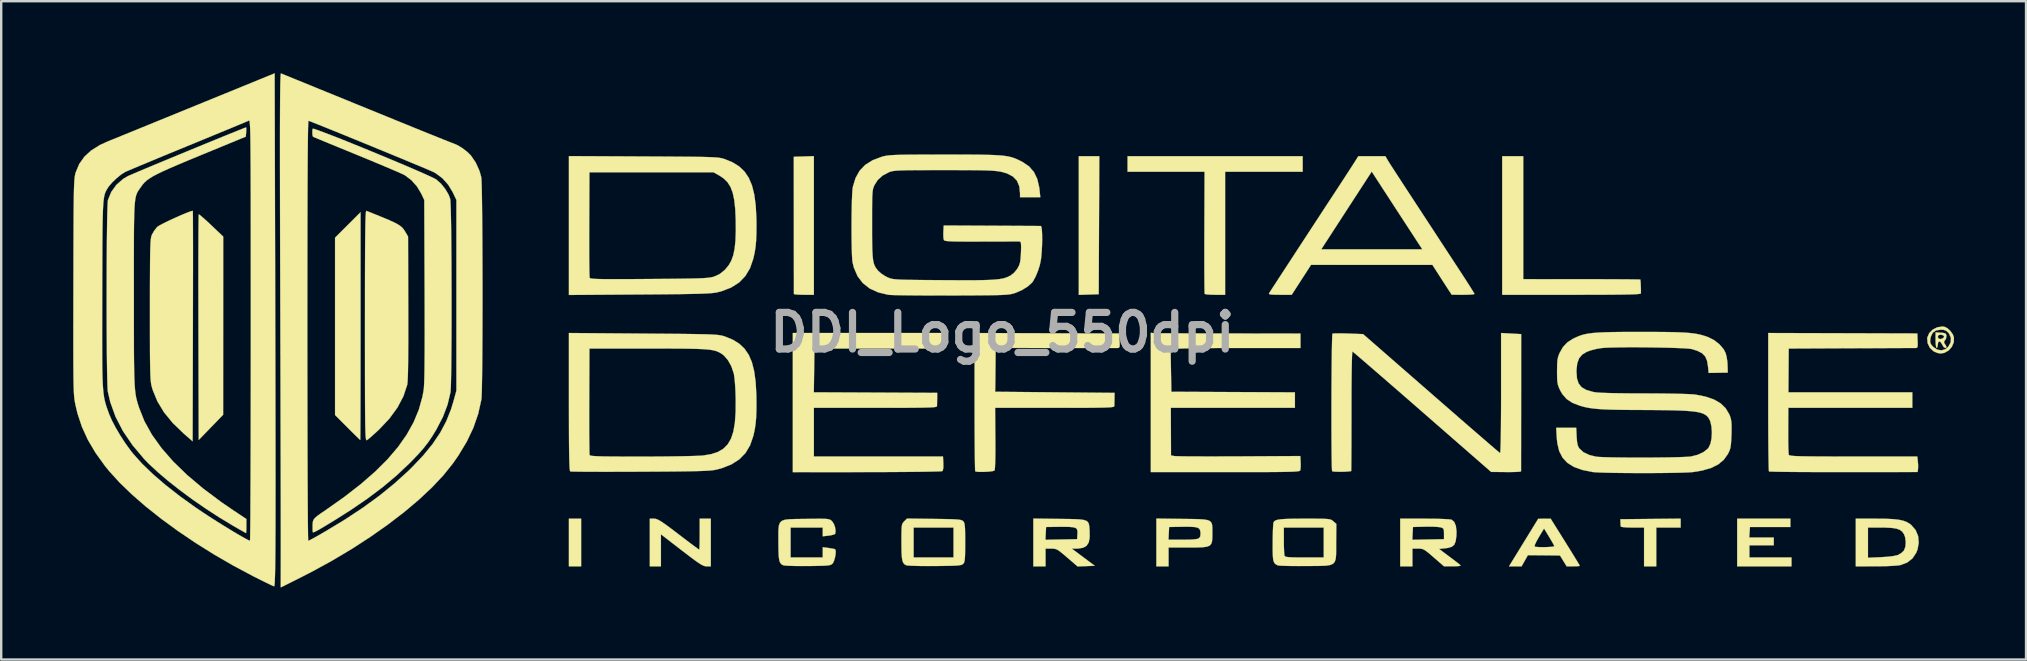
<source format=kicad_pcb>
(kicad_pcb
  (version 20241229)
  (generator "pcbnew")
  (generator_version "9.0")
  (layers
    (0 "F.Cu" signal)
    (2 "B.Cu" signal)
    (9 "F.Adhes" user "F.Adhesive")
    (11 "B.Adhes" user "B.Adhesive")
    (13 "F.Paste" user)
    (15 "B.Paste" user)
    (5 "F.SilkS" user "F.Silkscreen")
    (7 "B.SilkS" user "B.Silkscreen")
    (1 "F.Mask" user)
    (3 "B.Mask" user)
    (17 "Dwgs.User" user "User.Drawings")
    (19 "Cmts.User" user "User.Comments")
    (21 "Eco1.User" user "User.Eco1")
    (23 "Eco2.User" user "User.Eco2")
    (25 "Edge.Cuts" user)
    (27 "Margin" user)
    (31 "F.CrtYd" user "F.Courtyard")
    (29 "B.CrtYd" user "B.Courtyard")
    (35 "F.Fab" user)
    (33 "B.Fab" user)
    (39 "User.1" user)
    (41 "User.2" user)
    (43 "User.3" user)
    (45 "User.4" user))
  (footprint "DDI_Logo_550dpi"
    (layer "F.Cu")
    (at 38.711 10.802)
    (property "Reference" "DDI_Logo_550dpi" (at 0 0 0) (layer "F.Fab") (effects (font (size 1.524 1.524) (thickness 0.3))))
    (attr through_hole)
    (fp_poly (pts (xy -17.549 9.744) (xy -18.057 9.744) (xy -18.057 7.759) (xy -17.549 7.759) (xy -17.549 9.744)) (stroke (width 0.01) (type solid)) (fill yes) (layer "F.SilkS"))
    (fp_poly (pts (xy 4.017 -1.593) (xy 3.602 -1.58) (xy 3.187 -1.567) (xy 3.187 -7.343) (xy 4.041 -7.343) (xy 4.017 -1.593)) (stroke (width 0.01) (type solid)) (fill yes) (layer "F.SilkS"))
    (fp_poly (pts (xy 32.835 8.105) (xy 31.15 8.105) (xy 31.136 8.324) (xy 31.121 8.544) (xy 32.143 8.544) (xy 32.143 8.867) (xy 31.127 8.867) (xy 31.127 9.375) (xy 32.881 9.375) (xy 32.881 9.744) (xy 30.619 9.744) (xy 30.619 7.759) (xy 32.835 7.759) (xy 32.835 8.105)) (stroke (width 0.01) (type solid)) (fill yes) (layer "F.SilkS"))
    (fp_poly (pts (xy 28.263 8.128) (xy 27.247 8.128) (xy 27.247 9.744) (xy 26.739 9.744) (xy 26.739 8.128) (xy 26.254 8.128) (xy 26.034 8.124) (xy 25.872 8.112) (xy 25.78 8.094) (xy 25.765 8.082) (xy 25.76 8.004) (xy 25.756 7.909) (xy 25.751 7.782) (xy 27.007 7.769) (xy 28.263 7.757) (xy 28.263 8.128)) (stroke (width 0.01) (type solid)) (fill yes) (layer "F.SilkS"))
    (fp_poly (pts (xy -7.851 -1.57) (xy -8.267 -1.57) (xy -8.45 -1.574) (xy -8.592 -1.583) (xy -8.672 -1.597) (xy -8.683 -1.605) (xy -8.683 -1.656) (xy -8.683 -1.791) (xy -8.683 -2.003) (xy -8.683 -2.283) (xy -8.684 -2.624) (xy -8.684 -3.017) (xy -8.685 -3.454) (xy -8.685 -3.927) (xy -8.685 -4.429) (xy -8.685 -4.48) (xy -8.688 -7.32) (xy -8.269 -7.333) (xy -7.851 -7.346) (xy -7.851 -1.57)) (stroke (width 0.01) (type solid)) (fill yes) (layer "F.SilkS"))
    (fp_poly (pts (xy -26.739 -0.265) (xy -26.739 0.389) (xy -26.74 1.015) (xy -26.74 1.61) (xy -26.741 2.165) (xy -26.742 2.675) (xy -26.743 3.135) (xy -26.744 3.537) (xy -26.746 3.876) (xy -26.747 4.145) (xy -26.749 4.34) (xy -26.75 4.452) (xy -26.752 4.48) (xy -26.787 4.449) (xy -26.875 4.363) (xy -27.007 4.234) (xy -27.169 4.073) (xy -27.283 3.959) (xy -27.801 3.439) (xy -27.801 -3.95) (xy -27.27 -4.48) (xy -26.739 -5.009) (xy -26.739 -0.265)) (stroke (width 0.01) (type solid)) (fill yes) (layer "F.SilkS"))
    (fp_poly (pts (xy 12.515 -6.696) (xy 9.283 -6.696) (xy 9.283 -1.57) (xy 8.87 -1.57) (xy 8.684 -1.574) (xy 8.535 -1.585) (xy 8.447 -1.6) (xy 8.433 -1.609) (xy 8.429 -1.661) (xy 8.425 -1.797) (xy 8.422 -2.008) (xy 8.42 -2.286) (xy 8.418 -2.622) (xy 8.417 -3.008) (xy 8.417 -3.435) (xy 8.418 -3.895) (xy 8.419 -4.172) (xy 8.428 -6.696) (xy 6.823 -6.696) (xy 5.219 -6.696) (xy 5.219 -7.343) (xy 12.515 -7.343) (xy 12.515 -6.696)) (stroke (width 0.01) (type solid)) (fill yes) (layer "F.SilkS"))
    (fp_poly (pts (xy -33.438 -4.896) (xy -33.343 -4.818) (xy -33.206 -4.697) (xy -33.04 -4.545) (xy -32.957 -4.466) (xy -32.461 -3.995) (xy -32.463 -0.283) (xy -32.465 3.429) (xy -32.973 3.954) (xy -33.481 4.478) (xy -33.493 -0.213) (xy -33.494 -0.863) (xy -33.495 -1.487) (xy -33.496 -2.078) (xy -33.495 -2.63) (xy -33.495 -3.138) (xy -33.493 -3.595) (xy -33.492 -3.994) (xy -33.49 -4.33) (xy -33.487 -4.596) (xy -33.484 -4.787) (xy -33.481 -4.896) (xy -33.479 -4.92) (xy -33.438 -4.896)) (stroke (width 0.01) (type solid)) (fill yes) (layer "F.SilkS"))
    (fp_poly (pts (xy 21.705 -2.221) (xy 24.137 -2.219) (xy 24.602 -2.219) (xy 25.038 -2.218) (xy 25.437 -2.216) (xy 25.79 -2.215) (xy 26.089 -2.213) (xy 26.324 -2.21) (xy 26.489 -2.208) (xy 26.573 -2.206) (xy 26.582 -2.205) (xy 26.59 -2.156) (xy 26.598 -2.046) (xy 26.604 -1.906) (xy 26.608 -1.766) (xy 26.608 -1.658) (xy 26.606 -1.628) (xy 26.587 -1.616) (xy 26.529 -1.605) (xy 26.425 -1.596) (xy 26.271 -1.589) (xy 26.061 -1.583) (xy 25.788 -1.578) (xy 25.448 -1.575) (xy 25.035 -1.572) (xy 24.543 -1.571) (xy 23.966 -1.57) (xy 23.714 -1.57) (xy 20.828 -1.57) (xy 20.828 -7.343) (xy 21.705 -7.343) (xy 21.705 -2.221)) (stroke (width 0.01) (type solid)) (fill yes) (layer "F.SilkS"))
    (fp_poly (pts (xy -12.146 9.744) (xy -12.319 9.744) (xy -12.382 9.739) (xy -12.453 9.717) (xy -12.541 9.673) (xy -12.657 9.6) (xy -12.811 9.492) (xy -13.014 9.34) (xy -13.276 9.14) (xy -13.358 9.077) (xy -14.224 8.409) (xy -14.224 9.744) (xy -14.686 9.744) (xy -14.686 7.759) (xy -14.513 7.759) (xy -14.449 7.764) (xy -14.377 7.787) (xy -14.287 7.832) (xy -14.168 7.906) (xy -14.009 8.017) (xy -13.801 8.171) (xy -13.532 8.375) (xy -13.493 8.405) (xy -13.252 8.589) (xy -13.035 8.753) (xy -12.855 8.888) (xy -12.72 8.987) (xy -12.642 9.043) (xy -12.627 9.052) (xy -12.62 9.008) (xy -12.614 8.889) (xy -12.61 8.71) (xy -12.608 8.489) (xy -12.608 8.405) (xy -12.608 7.759) (xy -12.146 7.759) (xy -12.146 9.744)) (stroke (width 0.01) (type solid)) (fill yes) (layer "F.SilkS"))
    (fp_poly (pts (xy 23.454 8.728) (xy 23.621 8.996) (xy 23.77 9.237) (xy 23.895 9.441) (xy 23.99 9.597) (xy 24.047 9.694) (xy 24.061 9.721) (xy 24.019 9.734) (xy 23.91 9.742) (xy 23.788 9.744) (xy 23.514 9.744) (xy 23.236 9.292) (xy 22.567 9.285) (xy 21.898 9.279) (xy 21.636 9.744) (xy 21.374 9.744) (xy 21.112 9.744) (xy 21.624 8.911) (xy 22.177 8.911) (xy 22.183 8.921) (xy 22.248 8.935) (xy 22.372 8.943) (xy 22.531 8.946) (xy 22.698 8.942) (xy 22.848 8.934) (xy 22.957 8.921) (xy 22.999 8.905) (xy 22.976 8.852) (xy 22.916 8.741) (xy 22.829 8.592) (xy 22.785 8.519) (xy 22.572 8.168) (xy 22.354 8.529) (xy 22.256 8.704) (xy 22.194 8.836) (xy 22.177 8.911) (xy 21.624 8.911) (xy 22.329 7.763) (xy 22.588 7.761) (xy 22.847 7.759) (xy 23.454 8.728)) (stroke (width 0.01) (type solid)) (fill yes) (layer "F.SilkS"))
    (fp_poly (pts (xy 39.104 0.009) (xy 39.24 0.024) (xy 39.309 0.054) (xy 39.336 0.114) (xy 39.339 0.131) (xy 39.322 0.25) (xy 39.282 0.319) (xy 39.234 0.39) (xy 39.255 0.458) (xy 39.277 0.488) (xy 39.338 0.589) (xy 39.327 0.638) (xy 39.283 0.647) (xy 39.223 0.608) (xy 39.165 0.515) (xy 39.162 0.508) (xy 39.105 0.412) (xy 39.044 0.37) (xy 39.041 0.369) (xy 38.992 0.411) (xy 38.977 0.508) (xy 38.964 0.605) (xy 38.932 0.647) (xy 38.931 0.647) (xy 38.908 0.604) (xy 38.891 0.489) (xy 38.885 0.323) (xy 38.885 0.321) (xy 38.885 0.185) (xy 38.977 0.185) (xy 39.012 0.258) (xy 39.098 0.276) (xy 39.203 0.235) (xy 39.243 0.178) (xy 39.21 0.123) (xy 39.117 0.094) (xy 39.09 0.092) (xy 39.001 0.115) (xy 38.977 0.185) (xy 38.885 0.185) (xy 38.885 -0.005) (xy 39.104 0.009)) (stroke (width 0.01) (type solid)) (fill yes) (layer "F.SilkS"))
    (fp_poly (pts (xy 39.243 -0.241) (xy 39.369 -0.184) (xy 39.497 -0.068) (xy 39.601 0.076) (xy 39.649 0.202) (xy 39.644 0.405) (xy 39.565 0.594) (xy 39.428 0.75) (xy 39.251 0.85) (xy 39.093 0.877) (xy 38.959 0.853) (xy 38.816 0.792) (xy 38.801 0.784) (xy 38.649 0.642) (xy 38.556 0.452) (xy 38.551 0.4) (xy 38.66 0.4) (xy 38.694 0.495) (xy 38.783 0.598) (xy 38.952 0.714) (xy 39.129 0.747) (xy 39.297 0.695) (xy 39.412 0.597) (xy 39.512 0.417) (xy 39.525 0.23) (xy 39.45 0.053) (xy 39.42 0.014) (xy 39.328 -0.071) (xy 39.22 -0.109) (xy 39.098 -0.115) (xy 38.899 -0.084) (xy 38.763 0.014) (xy 38.684 0.183) (xy 38.668 0.268) (xy 38.66 0.4) (xy 38.551 0.4) (xy 38.536 0.247) (xy 38.541 0.21) (xy 38.619 0.029) (xy 38.764 -0.117) (xy 38.953 -0.214) (xy 39.164 -0.247) (xy 39.243 -0.241)) (stroke (width 0.01) (type solid)) (fill yes) (layer "F.SilkS"))
    (fp_poly (pts (xy -2.494 0.346) (xy -2.494 0.67) (xy -7.828 0.67) (xy -7.84 1.581) (xy -7.853 2.493) (xy -5.283 2.505) (xy -2.712 2.517) (xy -2.715 2.759) (xy -2.718 2.911) (xy -2.72 3.031) (xy -2.722 3.071) (xy -2.731 3.086) (xy -2.762 3.099) (xy -2.823 3.11) (xy -2.919 3.118) (xy -3.057 3.125) (xy -3.246 3.13) (xy -3.491 3.134) (xy -3.799 3.137) (xy -4.177 3.139) (xy -4.633 3.14) (xy -5.173 3.14) (xy -5.288 3.14) (xy -7.851 3.14) (xy -7.851 5.168) (xy -5.161 5.168) (xy -2.471 5.168) (xy -2.457 5.454) (xy -2.457 5.645) (xy -2.481 5.753) (xy -2.502 5.778) (xy -2.557 5.784) (xy -2.697 5.79) (xy -2.913 5.796) (xy -3.199 5.801) (xy -3.546 5.806) (xy -3.947 5.81) (xy -4.393 5.813) (xy -4.878 5.816) (xy -5.392 5.817) (xy -5.645 5.818) (xy -8.728 5.821) (xy -8.728 2.922) (xy -8.728 0.023) (xy -2.494 0.023) (xy -2.494 0.346)) (stroke (width 0.01) (type solid)) (fill yes) (layer "F.SilkS"))
    (fp_poly (pts (xy 7.503 7.768) (xy 7.875 7.772) (xy 8.165 7.778) (xy 8.383 7.791) (xy 8.539 7.815) (xy 8.643 7.855) (xy 8.707 7.916) (xy 8.739 8.003) (xy 8.751 8.121) (xy 8.752 8.275) (xy 8.751 8.365) (xy 8.75 8.558) (xy 8.738 8.704) (xy 8.705 8.809) (xy 8.638 8.881) (xy 8.527 8.925) (xy 8.36 8.948) (xy 8.126 8.958) (xy 7.814 8.959) (xy 7.73 8.959) (xy 6.927 8.959) (xy 6.927 9.744) (xy 6.419 9.744) (xy 6.419 8.636) (xy 6.923 8.636) (xy 7.517 8.636) (xy 7.81 8.632) (xy 8.017 8.619) (xy 8.146 8.597) (xy 8.192 8.576) (xy 8.249 8.498) (xy 8.26 8.364) (xy 8.258 8.337) (xy 8.243 8.244) (xy 8.207 8.177) (xy 8.135 8.133) (xy 8.016 8.107) (xy 7.836 8.096) (xy 7.582 8.095) (xy 7.468 8.097) (xy 6.95 8.105) (xy 6.937 8.37) (xy 6.923 8.636) (xy 6.419 8.636) (xy 6.419 7.754) (xy 7.503 7.768)) (stroke (width 0.01) (type solid)) (fill yes) (layer "F.SilkS"))
    (fp_poly (pts (xy 36.79 7.762) (xy 37.096 7.776) (xy 37.337 7.801) (xy 37.526 7.84) (xy 37.678 7.896) (xy 37.806 7.971) (xy 37.873 8.023) (xy 38.052 8.231) (xy 38.157 8.481) (xy 38.184 8.758) (xy 38.132 9.045) (xy 38.08 9.176) (xy 37.922 9.414) (xy 37.7 9.587) (xy 37.413 9.693) (xy 37.407 9.695) (xy 37.292 9.71) (xy 37.105 9.724) (xy 36.866 9.735) (xy 36.594 9.741) (xy 36.38 9.743) (xy 35.56 9.744) (xy 35.56 8.128) (xy 36.068 8.128) (xy 36.068 9.387) (xy 36.611 9.363) (xy 36.889 9.345) (xy 37.119 9.317) (xy 37.284 9.282) (xy 37.323 9.269) (xy 37.456 9.192) (xy 37.559 9.095) (xy 37.569 9.081) (xy 37.628 8.925) (xy 37.643 8.726) (xy 37.614 8.525) (xy 37.57 8.407) (xy 37.497 8.3) (xy 37.395 8.223) (xy 37.25 8.172) (xy 37.048 8.142) (xy 36.775 8.129) (xy 36.624 8.128) (xy 36.068 8.128) (xy 35.56 8.128) (xy 35.56 7.759) (xy 36.406 7.759) (xy 36.79 7.762)) (stroke (width 0.01) (type solid)) (fill yes) (layer "F.SilkS"))
    (fp_poly (pts (xy 2.377 7.768) (xy 2.745 7.772) (xy 3.031 7.779) (xy 3.246 7.791) (xy 3.4 7.813) (xy 3.504 7.849) (xy 3.569 7.903) (xy 3.606 7.979) (xy 3.624 8.081) (xy 3.634 8.214) (xy 3.637 8.256) (xy 3.641 8.539) (xy 3.602 8.747) (xy 3.512 8.887) (xy 3.367 8.97) (xy 3.158 9.004) (xy 3.079 9.005) (xy 2.893 9.005) (xy 3.372 9.363) (xy 3.851 9.721) (xy 3.494 9.735) (xy 3.136 9.748) (xy 2.704 9.377) (xy 2.521 9.221) (xy 2.39 9.117) (xy 2.293 9.053) (xy 2.21 9.02) (xy 2.125 9.007) (xy 2.037 9.005) (xy 1.801 9.005) (xy 1.801 9.744) (xy 1.293 9.744) (xy 1.293 8.639) (xy 1.796 8.639) (xy 2.457 8.626) (xy 3.117 8.613) (xy 3.131 8.393) (xy 3.133 8.282) (xy 3.113 8.202) (xy 3.058 8.148) (xy 2.957 8.116) (xy 2.796 8.101) (xy 2.564 8.097) (xy 2.377 8.098) (xy 1.824 8.105) (xy 1.81 8.372) (xy 1.796 8.639) (xy 1.293 8.639) (xy 1.293 7.754) (xy 2.377 7.768)) (stroke (width 0.01) (type solid)) (fill yes) (layer "F.SilkS"))
    (fp_poly (pts (xy 17.896 7.76) (xy 18.173 7.766) (xy 18.41 7.774) (xy 18.591 7.785) (xy 18.7 7.797) (xy 18.719 7.802) (xy 18.829 7.892) (xy 18.898 8.06) (xy 18.925 8.3) (xy 18.919 8.481) (xy 18.89 8.699) (xy 18.831 8.843) (xy 18.727 8.93) (xy 18.561 8.978) (xy 18.458 8.991) (xy 18.197 9.018) (xy 18.623 9.338) (xy 18.797 9.468) (xy 18.944 9.581) (xy 19.049 9.664) (xy 19.094 9.701) (xy 19.076 9.723) (xy 18.973 9.738) (xy 18.793 9.743) (xy 18.771 9.743) (xy 18.403 9.743) (xy 17.979 9.374) (xy 17.799 9.219) (xy 17.669 9.115) (xy 17.572 9.051) (xy 17.49 9.019) (xy 17.405 9.007) (xy 17.321 9.005) (xy 17.087 9.005) (xy 17.087 9.744) (xy 16.579 9.744) (xy 16.579 8.639) (xy 17.083 8.639) (xy 17.743 8.626) (xy 18.403 8.613) (xy 18.403 8.385) (xy 18.399 8.248) (xy 18.377 8.175) (xy 18.319 8.137) (xy 18.252 8.118) (xy 18.143 8.103) (xy 17.969 8.093) (xy 17.757 8.09) (xy 17.606 8.092) (xy 17.11 8.105) (xy 17.096 8.372) (xy 17.083 8.639) (xy 16.579 8.639) (xy 16.579 7.759) (xy 17.592 7.759) (xy 17.896 7.76)) (stroke (width 0.01) (type solid)) (fill yes) (layer "F.SilkS"))
    (fp_poly (pts (xy -33.728 -5.064) (xy -33.726 -5.017) (xy -33.724 -4.883) (xy -33.723 -4.67) (xy -33.722 -4.382) (xy -33.721 -4.026) (xy -33.72 -3.608) (xy -33.72 -3.135) (xy -33.72 -2.612) (xy -33.721 -2.045) (xy -33.722 -1.441) (xy -33.723 -0.805) (xy -33.724 -0.257) (xy -33.736 4.534) (xy -34.105 4.213) (xy -34.559 3.776) (xy -34.925 3.33) (xy -35.204 2.869) (xy -35.4 2.39) (xy -35.444 2.237) (xy -35.459 2.17) (xy -35.472 2.086) (xy -35.483 1.978) (xy -35.492 1.84) (xy -35.499 1.663) (xy -35.504 1.44) (xy -35.509 1.165) (xy -35.512 0.831) (xy -35.513 0.43) (xy -35.514 -0.045) (xy -35.514 -0.602) (xy -35.514 -0.965) (xy -35.514 -1.56) (xy -35.513 -2.07) (xy -35.511 -2.501) (xy -35.509 -2.862) (xy -35.506 -3.158) (xy -35.502 -3.398) (xy -35.496 -3.588) (xy -35.489 -3.736) (xy -35.48 -3.849) (xy -35.47 -3.933) (xy -35.457 -3.996) (xy -35.442 -4.045) (xy -35.426 -4.083) (xy -35.338 -4.236) (xy -35.228 -4.377) (xy -35.204 -4.401) (xy -35.13 -4.45) (xy -34.996 -4.523) (xy -34.817 -4.613) (xy -34.611 -4.71) (xy -34.393 -4.809) (xy -34.182 -4.902) (xy -33.994 -4.98) (xy -33.844 -5.037) (xy -33.751 -5.065) (xy -33.728 -5.064)) (stroke (width 0.01) (type solid)) (fill yes) (layer "F.SilkS"))
    (fp_poly (pts (xy -2.842 7.768) (xy -2.486 7.773) (xy -2.211 7.778) (xy -2.005 7.785) (xy -1.857 7.795) (xy -1.756 7.808) (xy -1.69 7.826) (xy -1.648 7.848) (xy -1.629 7.864) (xy -1.599 7.904) (xy -1.577 7.962) (xy -1.563 8.053) (xy -1.553 8.19) (xy -1.549 8.388) (xy -1.547 8.66) (xy -1.547 8.752) (xy -1.548 9.047) (xy -1.552 9.265) (xy -1.56 9.417) (xy -1.573 9.52) (xy -1.592 9.586) (xy -1.62 9.629) (xy -1.629 9.639) (xy -1.664 9.665) (xy -1.715 9.686) (xy -1.794 9.701) (xy -1.914 9.712) (xy -2.086 9.72) (xy -2.321 9.725) (xy -2.631 9.729) (xy -2.807 9.731) (xy -3.121 9.732) (xy -3.409 9.73) (xy -3.656 9.724) (xy -3.847 9.716) (xy -3.969 9.706) (xy -4.003 9.699) (xy -4.073 9.66) (xy -4.125 9.601) (xy -4.161 9.51) (xy -4.184 9.372) (xy -4.197 9.175) (xy -4.202 8.905) (xy -4.203 8.729) (xy -4.202 8.451) (xy -4.199 8.25) (xy -4.193 8.128) (xy -3.695 8.128) (xy -3.695 9.375) (xy -2.032 9.375) (xy -2.032 8.128) (xy -3.695 8.128) (xy -4.193 8.128) (xy -4.192 8.111) (xy -4.179 8.018) (xy -4.156 7.955) (xy -4.124 7.908) (xy -4.087 7.87) (xy -3.971 7.754) (xy -2.842 7.768)) (stroke (width 0.01) (type solid)) (fill yes) (layer "F.SilkS"))
    (fp_poly (pts (xy 6.292 0.027) (xy 6.355 0.029) (xy 6.503 0.031) (xy 6.727 0.033) (xy 7.019 0.035) (xy 7.372 0.037) (xy 7.776 0.038) (xy 8.226 0.04) (xy 8.711 0.041) (xy 9.225 0.042) (xy 9.41 0.042) (xy 12.423 0.046) (xy 12.423 0.647) (xy 9.84 0.647) (xy 9.255 0.647) (xy 8.732 0.65) (xy 8.274 0.654) (xy 7.887 0.659) (xy 7.574 0.666) (xy 7.341 0.674) (xy 7.193 0.684) (xy 7.135 0.693) (xy 7.014 0.739) (xy 7.028 1.605) (xy 7.043 2.471) (xy 9.617 2.483) (xy 12.192 2.495) (xy 12.192 3.14) (xy 7.021 3.14) (xy 7.025 4.132) (xy 7.029 5.124) (xy 7.174 5.15) (xy 7.247 5.155) (xy 7.403 5.158) (xy 7.634 5.162) (xy 7.929 5.164) (xy 8.282 5.165) (xy 8.682 5.166) (xy 9.12 5.165) (xy 9.588 5.164) (xy 9.868 5.163) (xy 12.416 5.149) (xy 12.431 5.418) (xy 12.433 5.576) (xy 12.423 5.702) (xy 12.409 5.754) (xy 12.391 5.767) (xy 12.348 5.778) (xy 12.275 5.788) (xy 12.165 5.796) (xy 12.012 5.803) (xy 11.81 5.808) (xy 11.552 5.812) (xy 11.233 5.815) (xy 10.845 5.817) (xy 10.383 5.818) (xy 9.841 5.818) (xy 9.28 5.818) (xy 6.188 5.816) (xy 6.188 0.015) (xy 6.292 0.027)) (stroke (width 0.01) (type solid)) (fill yes) (layer "F.SilkS"))
    (fp_poly (pts (xy -26.104 -4.91) (xy -25.788 -4.782) (xy -25.539 -4.677) (xy -25.346 -4.589) (xy -25.201 -4.514) (xy -25.094 -4.446) (xy -25.014 -4.38) (xy -24.952 -4.31) (xy -24.898 -4.231) (xy -24.867 -4.179) (xy -24.759 -3.995) (xy -24.751 -1.016) (xy -24.75 -0.316) (xy -24.75 0.294) (xy -24.753 0.815) (xy -24.757 1.25) (xy -24.762 1.6) (xy -24.77 1.868) (xy -24.78 2.056) (xy -24.791 2.166) (xy -24.794 2.179) (xy -24.953 2.659) (xy -25.203 3.131) (xy -25.54 3.592) (xy -25.962 4.038) (xy -25.964 4.04) (xy -26.133 4.197) (xy -26.285 4.332) (xy -26.402 4.433) (xy -26.47 4.484) (xy -26.472 4.485) (xy -26.485 4.489) (xy -26.497 4.483) (xy -26.507 4.461) (xy -26.516 4.419) (xy -26.524 4.35) (xy -26.531 4.251) (xy -26.536 4.116) (xy -26.541 3.94) (xy -26.545 3.717) (xy -26.548 3.442) (xy -26.55 3.111) (xy -26.552 2.718) (xy -26.553 2.258) (xy -26.554 1.725) (xy -26.554 1.116) (xy -26.555 0.423) (xy -26.555 -0.28) (xy -26.554 -1.079) (xy -26.554 -1.789) (xy -26.553 -2.416) (xy -26.551 -2.964) (xy -26.549 -3.437) (xy -26.546 -3.84) (xy -26.542 -4.176) (xy -26.538 -4.452) (xy -26.533 -4.671) (xy -26.527 -4.837) (xy -26.52 -4.954) (xy -26.512 -5.028) (xy -26.503 -5.063) (xy -26.497 -5.067) (xy -26.104 -4.91)) (stroke (width 0.01) (type solid)) (fill yes) (layer "F.SilkS"))
    (fp_poly (pts (xy -7.441 7.763) (xy -7.317 7.77) (xy -7.233 7.783) (xy -7.175 7.802) (xy -7.132 7.83) (xy -7.098 7.86) (xy -7.022 7.967) (xy -6.969 8.113) (xy -6.945 8.263) (xy -6.96 8.379) (xy -6.968 8.394) (xy -7.027 8.423) (xy -7.146 8.452) (xy -7.239 8.465) (xy -7.481 8.493) (xy -7.481 8.128) (xy -8.821 8.128) (xy -8.821 9.375) (xy -7.481 9.375) (xy -7.481 8.947) (xy -7.242 8.979) (xy -7.099 9.001) (xy -6.995 9.023) (xy -6.965 9.034) (xy -6.941 9.096) (xy -6.944 9.214) (xy -6.967 9.359) (xy -7.006 9.499) (xy -7.053 9.605) (xy -7.072 9.629) (xy -7.108 9.66) (xy -7.156 9.684) (xy -7.229 9.701) (xy -7.341 9.713) (xy -7.503 9.721) (xy -7.729 9.726) (xy -8.033 9.731) (xy -8.095 9.731) (xy -8.385 9.732) (xy -8.649 9.729) (xy -8.87 9.723) (xy -9.034 9.713) (xy -9.123 9.701) (xy -9.129 9.699) (xy -9.2 9.66) (xy -9.252 9.601) (xy -9.288 9.508) (xy -9.311 9.369) (xy -9.323 9.171) (xy -9.328 8.9) (xy -9.329 8.737) (xy -9.33 8.442) (xy -9.327 8.215) (xy -9.309 8.046) (xy -9.265 7.928) (xy -9.185 7.85) (xy -9.058 7.804) (xy -8.874 7.782) (xy -8.622 7.773) (xy -8.291 7.769) (xy -8.184 7.768) (xy -7.861 7.763) (xy -7.618 7.761) (xy -7.441 7.763)) (stroke (width 0.01) (type solid)) (fill yes) (layer "F.SilkS"))
    (fp_poly (pts (xy 12.947 7.759) (xy 13.206 7.76) (xy 13.398 7.764) (xy 13.534 7.772) (xy 13.629 7.784) (xy 13.694 7.802) (xy 13.741 7.827) (xy 13.783 7.861) (xy 13.791 7.867) (xy 13.917 7.975) (xy 13.91 8.753) (xy 13.91 9.04) (xy 13.907 9.264) (xy 13.891 9.433) (xy 13.852 9.555) (xy 13.78 9.637) (xy 13.665 9.688) (xy 13.497 9.715) (xy 13.265 9.726) (xy 12.96 9.729) (xy 12.641 9.731) (xy 12.331 9.732) (xy 12.047 9.73) (xy 11.805 9.725) (xy 11.619 9.718) (xy 11.503 9.708) (xy 11.475 9.702) (xy 11.399 9.664) (xy 11.344 9.616) (xy 11.306 9.543) (xy 11.282 9.431) (xy 11.27 9.267) (xy 11.265 9.037) (xy 11.266 8.754) (xy 11.269 8.493) (xy 11.275 8.261) (xy 11.281 8.128) (xy 11.73 8.128) (xy 11.73 8.678) (xy 11.732 8.9) (xy 11.739 9.093) (xy 11.748 9.234) (xy 11.758 9.302) (xy 11.78 9.329) (xy 11.829 9.348) (xy 11.918 9.361) (xy 12.061 9.37) (xy 12.27 9.374) (xy 12.556 9.375) (xy 12.589 9.375) (xy 13.393 9.375) (xy 13.393 8.128) (xy 11.73 8.128) (xy 11.281 8.128) (xy 11.283 8.076) (xy 11.293 7.954) (xy 11.299 7.917) (xy 11.329 7.869) (xy 11.385 7.831) (xy 11.476 7.803) (xy 11.614 7.783) (xy 11.808 7.77) (xy 12.069 7.762) (xy 12.406 7.759) (xy 12.608 7.759) (xy 12.947 7.759)) (stroke (width 0.01) (type solid)) (fill yes) (layer "F.SilkS"))
    (fp_poly (pts (xy 1.859 0.033) (xy 4.872 0.043) (xy 4.886 0.345) (xy 4.891 0.507) (xy 4.884 0.597) (xy 4.859 0.637) (xy 4.809 0.647) (xy 4.793 0.647) (xy 4.728 0.647) (xy 4.579 0.647) (xy 4.356 0.647) (xy 4.067 0.647) (xy 3.722 0.647) (xy 3.328 0.647) (xy 2.896 0.647) (xy 2.434 0.647) (xy 2.205 0.647) (xy -0.277 0.645) (xy -0.284 1.442) (xy -0.287 1.713) (xy -0.289 1.958) (xy -0.292 2.16) (xy -0.294 2.3) (xy -0.296 2.355) (xy -0.3 2.471) (xy 4.677 2.517) (xy 4.674 2.759) (xy 4.671 2.911) (xy 4.669 3.031) (xy 4.667 3.071) (xy 4.658 3.086) (xy 4.626 3.099) (xy 4.566 3.11) (xy 4.469 3.119) (xy 4.329 3.126) (xy 4.138 3.131) (xy 3.891 3.135) (xy 3.579 3.138) (xy 3.196 3.139) (xy 2.734 3.14) (xy 2.188 3.14) (xy 2.182 3.14) (xy -0.3 3.14) (xy -0.29 4.419) (xy -0.288 4.803) (xy -0.29 5.134) (xy -0.296 5.402) (xy -0.304 5.6) (xy -0.315 5.719) (xy -0.324 5.751) (xy -0.387 5.774) (xy -0.513 5.793) (xy -0.676 5.805) (xy -0.847 5.81) (xy -0.998 5.808) (xy -1.101 5.795) (xy -1.128 5.784) (xy -1.133 5.734) (xy -1.137 5.6) (xy -1.141 5.39) (xy -1.145 5.111) (xy -1.148 4.771) (xy -1.151 4.379) (xy -1.153 3.942) (xy -1.154 3.468) (xy -1.155 2.965) (xy -1.155 2.89) (xy -1.155 0.023) (xy 1.859 0.033)) (stroke (width 0.01) (type solid)) (fill yes) (layer "F.SilkS"))
    (fp_poly (pts (xy 35.017 0.032) (xy 38.123 0.041) (xy 38.137 0.344) (xy 38.141 0.508) (xy 38.133 0.599) (xy 38.107 0.639) (xy 38.067 0.647) (xy 38.007 0.647) (xy 37.863 0.647) (xy 37.643 0.648) (xy 37.357 0.65) (xy 37.013 0.651) (xy 36.619 0.653) (xy 36.185 0.655) (xy 35.718 0.657) (xy 35.375 0.658) (xy 32.766 0.67) (xy 32.753 2.494) (xy 37.915 2.494) (xy 37.915 3.14) (xy 32.749 3.14) (xy 32.745 4.08) (xy 32.745 4.369) (xy 32.747 4.63) (xy 32.752 4.846) (xy 32.759 5.004) (xy 32.767 5.088) (xy 32.769 5.094) (xy 32.782 5.11) (xy 32.812 5.123) (xy 32.866 5.134) (xy 32.951 5.144) (xy 33.074 5.151) (xy 33.242 5.157) (xy 33.462 5.161) (xy 33.741 5.164) (xy 34.086 5.167) (xy 34.504 5.168) (xy 35.002 5.169) (xy 35.46 5.169) (xy 38.123 5.169) (xy 38.146 5.367) (xy 38.157 5.524) (xy 38.155 5.665) (xy 38.153 5.69) (xy 38.136 5.815) (xy 35.056 5.818) (xy 34.53 5.818) (xy 34.033 5.817) (xy 33.57 5.815) (xy 33.149 5.813) (xy 32.779 5.81) (xy 32.467 5.806) (xy 32.221 5.802) (xy 32.048 5.797) (xy 31.956 5.792) (xy 31.943 5.789) (xy 31.938 5.738) (xy 31.932 5.603) (xy 31.928 5.392) (xy 31.923 5.112) (xy 31.919 4.772) (xy 31.916 4.379) (xy 31.914 3.941) (xy 31.912 3.467) (xy 31.912 2.964) (xy 31.912 2.89) (xy 31.912 0.023) (xy 35.017 0.032)) (stroke (width 0.01) (type solid)) (fill yes) (layer "F.SilkS"))
    (fp_poly (pts (xy 16.051 -7.188) (xy 16.074 -7.15) (xy 16.112 -7.089) (xy 16.168 -7.001) (xy 16.244 -6.883) (xy 16.343 -6.73) (xy 16.467 -6.539) (xy 16.619 -6.305) (xy 16.803 -6.024) (xy 17.019 -5.693) (xy 17.271 -5.307) (xy 17.562 -4.863) (xy 17.894 -4.356) (xy 18.269 -3.782) (xy 18.691 -3.138) (xy 19.007 -2.655) (xy 19.185 -2.382) (xy 19.345 -2.135) (xy 19.481 -1.922) (xy 19.585 -1.756) (xy 19.651 -1.647) (xy 19.673 -1.605) (xy 19.63 -1.59) (xy 19.514 -1.579) (xy 19.345 -1.572) (xy 19.2 -1.57) (xy 18.727 -1.571) (xy 18.627 -1.721) (xy 18.563 -1.819) (xy 18.463 -1.973) (xy 18.341 -2.162) (xy 18.224 -2.344) (xy 17.92 -2.817) (xy 15.391 -2.816) (xy 12.862 -2.815) (xy 12.46 -2.193) (xy 12.058 -1.57) (xy 11.568 -1.57) (xy 11.344 -1.573) (xy 11.2 -1.581) (xy 11.126 -1.596) (xy 11.109 -1.621) (xy 11.112 -1.628) (xy 11.148 -1.685) (xy 11.225 -1.805) (xy 11.334 -1.972) (xy 11.464 -2.172) (xy 11.538 -2.286) (xy 11.868 -2.791) (xy 12.206 -3.309) (xy 12.307 -3.464) (xy 13.29 -3.464) (xy 17.499 -3.464) (xy 16.755 -4.607) (xy 16.547 -4.926) (xy 16.338 -5.246) (xy 16.14 -5.552) (xy 15.961 -5.827) (xy 15.811 -6.057) (xy 15.703 -6.225) (xy 15.701 -6.227) (xy 15.392 -6.704) (xy 14.407 -5.188) (xy 14.187 -4.849) (xy 13.981 -4.53) (xy 13.794 -4.243) (xy 13.633 -3.994) (xy 13.503 -3.794) (xy 13.41 -3.651) (xy 13.361 -3.574) (xy 13.356 -3.568) (xy 13.29 -3.464) (xy 12.307 -3.464) (xy 12.544 -3.827) (xy 12.874 -4.332) (xy 13.187 -4.81) (xy 13.474 -5.25) (xy 13.729 -5.638) (xy 13.938 -5.957) (xy 14.111 -6.222) (xy 14.279 -6.48) (xy 14.431 -6.714) (xy 14.557 -6.908) (xy 14.644 -7.044) (xy 14.65 -7.054) (xy 14.833 -7.343) (xy 15.961 -7.343) (xy 16.051 -7.188)) (stroke (width 0.01) (type solid)) (fill yes) (layer "F.SilkS"))
    (fp_poly (pts (xy 21.618 0.069) (xy 21.616 2.909) (xy 21.616 3.413) (xy 21.615 3.89) (xy 21.615 4.331) (xy 21.615 4.729) (xy 21.614 5.075) (xy 21.614 5.362) (xy 21.614 5.581) (xy 21.614 5.725) (xy 21.614 5.785) (xy 21.614 5.786) (xy 21.57 5.799) (xy 21.451 5.809) (xy 21.273 5.815) (xy 21.054 5.817) (xy 20.99 5.816) (xy 20.367 5.81) (xy 17.5 3.309) (xy 17.059 2.924) (xy 16.638 2.558) (xy 16.241 2.213) (xy 15.875 1.895) (xy 15.544 1.609) (xy 15.254 1.358) (xy 15.009 1.147) (xy 14.816 0.982) (xy 14.679 0.865) (xy 14.604 0.803) (xy 14.59 0.793) (xy 14.581 0.835) (xy 14.572 0.964) (xy 14.565 1.175) (xy 14.559 1.464) (xy 14.554 1.825) (xy 14.55 2.253) (xy 14.548 2.744) (xy 14.547 3.275) (xy 14.547 3.746) (xy 14.546 4.188) (xy 14.546 4.592) (xy 14.544 4.951) (xy 14.543 5.256) (xy 14.541 5.498) (xy 14.539 5.67) (xy 14.537 5.762) (xy 14.536 5.776) (xy 14.429 5.791) (xy 14.278 5.801) (xy 14.108 5.805) (xy 13.945 5.803) (xy 13.816 5.796) (xy 13.747 5.783) (xy 13.743 5.779) (xy 13.736 5.723) (xy 13.73 5.585) (xy 13.725 5.374) (xy 13.721 5.101) (xy 13.718 4.775) (xy 13.716 4.406) (xy 13.714 4.003) (xy 13.714 3.576) (xy 13.714 3.134) (xy 13.715 2.688) (xy 13.717 2.246) (xy 13.72 1.82) (xy 13.723 1.417) (xy 13.727 1.048) (xy 13.732 0.723) (xy 13.737 0.451) (xy 13.743 0.241) (xy 13.749 0.104) (xy 13.757 0.05) (xy 13.757 0.049) (xy 13.816 0.041) (xy 13.95 0.038) (xy 14.138 0.039) (xy 14.364 0.044) (xy 14.416 0.046) (xy 15.032 0.069) (xy 17.865 2.54) (xy 18.303 2.922) (xy 18.722 3.286) (xy 19.115 3.629) (xy 19.479 3.944) (xy 19.807 4.228) (xy 20.094 4.476) (xy 20.335 4.684) (xy 20.524 4.846) (xy 20.658 4.959) (xy 20.729 5.018) (xy 20.74 5.026) (xy 20.749 4.984) (xy 20.757 4.856) (xy 20.764 4.648) (xy 20.77 4.365) (xy 20.775 4.014) (xy 20.778 3.6) (xy 20.781 3.13) (xy 20.782 2.61) (xy 20.782 2.532) (xy 20.782 0.023) (xy 21.618 0.069)) (stroke (width 0.01) (type solid)) (fill yes) (layer "F.SilkS"))
    (fp_poly (pts (xy -14.951 -7.333) (xy -14.339 -7.33) (xy -13.812 -7.327) (xy -13.364 -7.324) (xy -12.986 -7.321) (xy -12.672 -7.317) (xy -12.415 -7.312) (xy -12.208 -7.306) (xy -12.042 -7.299) (xy -11.913 -7.29) (xy -11.811 -7.28) (xy -11.731 -7.267) (xy -11.665 -7.253) (xy -11.605 -7.236) (xy -11.557 -7.22) (xy -11.233 -7.085) (xy -10.962 -6.916) (xy -10.74 -6.704) (xy -10.564 -6.443) (xy -10.43 -6.126) (xy -10.334 -5.745) (xy -10.274 -5.293) (xy -10.246 -4.762) (xy -10.242 -4.501) (xy -10.245 -4.131) (xy -10.257 -3.83) (xy -10.28 -3.574) (xy -10.316 -3.34) (xy -10.368 -3.104) (xy -10.375 -3.074) (xy -10.511 -2.679) (xy -10.707 -2.35) (xy -10.965 -2.083) (xy -11.292 -1.875) (xy -11.692 -1.72) (xy -11.861 -1.676) (xy -11.938 -1.66) (xy -12.034 -1.647) (xy -12.156 -1.636) (xy -12.313 -1.626) (xy -12.511 -1.617) (xy -12.756 -1.61) (xy -13.057 -1.604) (xy -13.42 -1.598) (xy -13.852 -1.593) (xy -14.361 -1.588) (xy -14.953 -1.584) (xy -15.113 -1.583) (xy -18.057 -1.563) (xy -18.057 -3.658) (xy -17.213 -3.658) (xy -17.212 -3.282) (xy -17.21 -2.951) (xy -17.207 -2.676) (xy -17.203 -2.466) (xy -17.198 -2.33) (xy -17.194 -2.279) (xy -17.179 -2.264) (xy -17.142 -2.251) (xy -17.077 -2.241) (xy -16.976 -2.233) (xy -16.831 -2.227) (xy -16.637 -2.223) (xy -16.385 -2.221) (xy -16.068 -2.221) (xy -15.68 -2.222) (xy -15.214 -2.224) (xy -14.714 -2.228) (xy -14.168 -2.232) (xy -13.706 -2.236) (xy -13.321 -2.241) (xy -13.004 -2.246) (xy -12.747 -2.252) (xy -12.542 -2.259) (xy -12.381 -2.268) (xy -12.256 -2.279) (xy -12.159 -2.292) (xy -12.082 -2.307) (xy -12.017 -2.325) (xy -12.007 -2.328) (xy -11.782 -2.43) (xy -11.578 -2.592) (xy -11.54 -2.631) (xy -11.401 -2.798) (xy -11.292 -2.989) (xy -11.21 -3.216) (xy -11.153 -3.489) (xy -11.118 -3.819) (xy -11.104 -4.218) (xy -11.107 -4.687) (xy -11.127 -5.143) (xy -11.168 -5.518) (xy -11.233 -5.823) (xy -11.326 -6.068) (xy -11.452 -6.264) (xy -11.613 -6.421) (xy -11.776 -6.53) (xy -12.03 -6.673) (xy -17.203 -6.673) (xy -17.211 -4.511) (xy -17.213 -4.071) (xy -17.213 -3.658) (xy -18.057 -3.658) (xy -18.057 -7.348) (xy -14.951 -7.333)) (stroke (width 0.01) (type solid)) (fill yes) (layer "F.SilkS"))
    (fp_poly (pts (xy -28.682 -8.483) (xy -28.559 -8.443) (xy -28.369 -8.374) (xy -28.121 -8.28) (xy -27.823 -8.165) (xy -27.486 -8.032) (xy -27.118 -7.884) (xy -26.728 -7.726) (xy -26.326 -7.561) (xy -25.919 -7.393) (xy -25.517 -7.226) (xy -25.129 -7.063) (xy -24.765 -6.909) (xy -24.432 -6.765) (xy -24.14 -6.638) (xy -23.899 -6.529) (xy -23.716 -6.444) (xy -23.602 -6.384) (xy -23.576 -6.368) (xy -23.384 -6.196) (xy -23.208 -5.977) (xy -23.071 -5.744) (xy -23.004 -5.565) (xy -22.995 -5.483) (xy -22.987 -5.317) (xy -22.979 -5.076) (xy -22.972 -4.768) (xy -22.966 -4.402) (xy -22.961 -3.985) (xy -22.957 -3.528) (xy -22.953 -3.037) (xy -22.951 -2.523) (xy -22.949 -1.992) (xy -22.948 -1.454) (xy -22.948 -0.918) (xy -22.948 -0.391) (xy -22.95 0.118) (xy -22.953 0.6) (xy -22.956 1.046) (xy -22.96 1.449) (xy -22.966 1.8) (xy -22.972 2.09) (xy -22.979 2.311) (xy -22.988 2.454) (xy -22.992 2.495) (xy -23.113 3.004) (xy -23.305 3.512) (xy -23.577 4.036) (xy -23.589 4.057) (xy -23.759 4.336) (xy -23.927 4.582) (xy -24.11 4.817) (xy -24.323 5.06) (xy -24.585 5.334) (xy -24.703 5.453) (xy -25.232 5.953) (xy -25.808 6.437) (xy -26.442 6.915) (xy -27.147 7.397) (xy -27.709 7.754) (xy -28.024 7.948) (xy -28.269 8.096) (xy -28.453 8.204) (xy -28.583 8.276) (xy -28.667 8.315) (xy -28.713 8.328) (xy -28.73 8.317) (xy -28.731 8.315) (xy -28.735 8.234) (xy -28.737 8.151) (xy -28.736 8.004) (xy -28.728 7.895) (xy -28.699 7.808) (xy -28.64 7.729) (xy -28.539 7.642) (xy -28.384 7.532) (xy -28.176 7.39) (xy -27.406 6.846) (xy -26.724 6.316) (xy -26.127 5.795) (xy -25.611 5.281) (xy -25.175 4.77) (xy -24.815 4.257) (xy -24.527 3.74) (xy -24.31 3.215) (xy -24.16 2.679) (xy -24.109 2.401) (xy -24.098 2.299) (xy -24.089 2.136) (xy -24.081 1.911) (xy -24.075 1.619) (xy -24.071 1.257) (xy -24.068 0.821) (xy -24.066 0.307) (xy -24.066 -0.289) (xy -24.067 -0.969) (xy -24.069 -1.732) (xy -24.084 -5.519) (xy -24.207 -5.781) (xy -24.389 -6.085) (xy -24.625 -6.35) (xy -24.892 -6.55) (xy -24.925 -6.568) (xy -25.015 -6.611) (xy -25.181 -6.685) (xy -25.411 -6.784) (xy -25.696 -6.905) (xy -26.025 -7.043) (xy -26.387 -7.194) (xy -26.772 -7.352) (xy -26.924 -7.415) (xy -27.305 -7.571) (xy -27.659 -7.716) (xy -27.977 -7.847) (xy -28.25 -7.96) (xy -28.469 -8.05) (xy -28.624 -8.115) (xy -28.707 -8.151) (xy -28.719 -8.156) (xy -28.739 -8.214) (xy -28.748 -8.319) (xy -28.745 -8.427) (xy -28.73 -8.49) (xy -28.682 -8.483)) (stroke (width 0.01) (type solid)) (fill yes) (layer "F.SilkS"))
    (fp_poly (pts (xy -31.5 -8.503) (xy -31.502 -8.4) (xy -31.505 -8.352) (xy -31.519 -8.16) (xy -33.405 -7.383) (xy -33.904 -7.177) (xy -34.324 -7) (xy -34.673 -6.85) (xy -34.961 -6.721) (xy -35.194 -6.609) (xy -35.38 -6.511) (xy -35.527 -6.421) (xy -35.643 -6.337) (xy -35.736 -6.254) (xy -35.814 -6.167) (xy -35.883 -6.073) (xy -35.886 -6.069) (xy -35.938 -5.995) (xy -35.983 -5.93) (xy -36.023 -5.868) (xy -36.056 -5.801) (xy -36.085 -5.725) (xy -36.109 -5.632) (xy -36.129 -5.516) (xy -36.145 -5.372) (xy -36.158 -5.193) (xy -36.167 -4.972) (xy -36.174 -4.705) (xy -36.179 -4.383) (xy -36.182 -4.002) (xy -36.183 -3.554) (xy -36.184 -3.034) (xy -36.184 -2.436) (xy -36.183 -1.752) (xy -36.183 -1.593) (xy -36.183 -0.89) (xy -36.183 -0.272) (xy -36.182 0.267) (xy -36.181 0.734) (xy -36.178 1.134) (xy -36.173 1.475) (xy -36.167 1.764) (xy -36.159 2.007) (xy -36.149 2.21) (xy -36.135 2.381) (xy -36.119 2.526) (xy -36.1 2.651) (xy -36.076 2.763) (xy -36.049 2.869) (xy -36.018 2.976) (xy -35.982 3.09) (xy -35.966 3.14) (xy -35.744 3.698) (xy -35.434 4.256) (xy -35.034 4.815) (xy -34.546 5.375) (xy -33.967 5.937) (xy -33.297 6.502) (xy -32.537 7.071) (xy -32.039 7.412) (xy -31.496 7.773) (xy -31.496 8.066) (xy -31.498 8.217) (xy -31.503 8.322) (xy -31.509 8.359) (xy -31.551 8.337) (xy -31.658 8.277) (xy -31.814 8.189) (xy -32.004 8.079) (xy -32.04 8.058) (xy -32.608 7.716) (xy -33.176 7.348) (xy -33.731 6.965) (xy -34.26 6.575) (xy -34.752 6.188) (xy -35.192 5.814) (xy -35.569 5.463) (xy -35.756 5.27) (xy -36.243 4.691) (xy -36.639 4.107) (xy -36.946 3.513) (xy -37.165 2.907) (xy -37.267 2.471) (xy -37.277 2.374) (xy -37.285 2.194) (xy -37.292 1.941) (xy -37.299 1.622) (xy -37.304 1.247) (xy -37.309 0.824) (xy -37.312 0.362) (xy -37.315 -0.132) (xy -37.317 -0.649) (xy -37.318 -1.179) (xy -37.317 -1.714) (xy -37.316 -2.247) (xy -37.315 -2.768) (xy -37.312 -3.269) (xy -37.308 -3.741) (xy -37.303 -4.175) (xy -37.298 -4.564) (xy -37.292 -4.899) (xy -37.284 -5.171) (xy -37.276 -5.371) (xy -37.267 -5.492) (xy -37.263 -5.518) (xy -37.126 -5.854) (xy -36.911 -6.152) (xy -36.631 -6.397) (xy -36.445 -6.508) (xy -36.368 -6.543) (xy -36.217 -6.608) (xy -36.004 -6.699) (xy -35.736 -6.812) (xy -35.423 -6.943) (xy -35.075 -7.088) (xy -34.7 -7.243) (xy -34.309 -7.405) (xy -33.91 -7.57) (xy -33.512 -7.734) (xy -33.126 -7.892) (xy -32.76 -8.042) (xy -32.423 -8.18) (xy -32.125 -8.301) (xy -31.875 -8.401) (xy -31.683 -8.478) (xy -31.557 -8.527) (xy -31.507 -8.544) (xy -31.5 -8.503)) (stroke (width 0.01) (type solid)) (fill yes) (layer "F.SilkS"))
    (fp_poly (pts (xy -14.951 0.047) (xy -14.34 0.052) (xy -13.813 0.056) (xy -13.365 0.06) (xy -12.987 0.065) (xy -12.674 0.07) (xy -12.416 0.075) (xy -12.209 0.081) (xy -12.043 0.089) (xy -11.913 0.098) (xy -11.811 0.109) (xy -11.73 0.122) (xy -11.662 0.137) (xy -11.601 0.154) (xy -11.543 0.173) (xy -11.225 0.304) (xy -10.958 0.47) (xy -10.739 0.677) (xy -10.565 0.932) (xy -10.432 1.243) (xy -10.338 1.618) (xy -10.277 2.063) (xy -10.248 2.586) (xy -10.243 2.891) (xy -10.246 3.258) (xy -10.257 3.556) (xy -10.279 3.808) (xy -10.314 4.038) (xy -10.364 4.27) (xy -10.375 4.315) (xy -10.509 4.702) (xy -10.701 5.024) (xy -10.958 5.287) (xy -11.283 5.495) (xy -11.683 5.653) (xy -11.903 5.713) (xy -11.98 5.728) (xy -12.074 5.742) (xy -12.194 5.753) (xy -12.345 5.763) (xy -12.536 5.771) (xy -12.773 5.778) (xy -13.065 5.784) (xy -13.418 5.789) (xy -13.84 5.793) (xy -14.337 5.797) (xy -14.918 5.8) (xy -15.078 5.801) (xy -15.585 5.803) (xy -16.065 5.804) (xy -16.51 5.805) (xy -16.913 5.804) (xy -17.264 5.803) (xy -17.556 5.801) (xy -17.781 5.798) (xy -17.931 5.795) (xy -17.997 5.791) (xy -17.999 5.79) (xy -18.012 5.766) (xy -18.022 5.703) (xy -18.031 5.593) (xy -18.038 5.433) (xy -18.044 5.215) (xy -18.049 4.936) (xy -18.053 4.588) (xy -18.055 4.166) (xy -18.056 3.712) (xy -17.213 3.712) (xy -17.212 4.091) (xy -17.21 4.423) (xy -17.207 4.701) (xy -17.204 4.913) (xy -17.2 5.052) (xy -17.195 5.107) (xy -17.177 5.122) (xy -17.133 5.135) (xy -17.054 5.146) (xy -16.932 5.154) (xy -16.762 5.161) (xy -16.535 5.166) (xy -16.244 5.169) (xy -15.881 5.171) (xy -15.44 5.172) (xy -15.016 5.172) (xy -14.562 5.171) (xy -14.122 5.168) (xy -13.709 5.163) (xy -13.334 5.157) (xy -13.007 5.15) (xy -12.742 5.142) (xy -12.548 5.133) (xy -12.455 5.125) (xy -12.124 5.069) (xy -11.847 4.977) (xy -11.621 4.844) (xy -11.441 4.662) (xy -11.303 4.426) (xy -11.205 4.128) (xy -11.142 3.761) (xy -11.111 3.319) (xy -11.108 2.795) (xy -11.109 2.725) (xy -11.119 2.422) (xy -11.136 2.143) (xy -11.158 1.907) (xy -11.182 1.736) (xy -11.19 1.702) (xy -11.29 1.408) (xy -11.432 1.153) (xy -11.601 0.959) (xy -11.675 0.902) (xy -11.753 0.853) (xy -11.83 0.812) (xy -11.915 0.777) (xy -12.015 0.749) (xy -12.139 0.726) (xy -12.294 0.708) (xy -12.488 0.694) (xy -12.73 0.684) (xy -13.026 0.677) (xy -13.385 0.673) (xy -13.815 0.671) (xy -14.323 0.67) (xy -14.755 0.67) (xy -17.203 0.67) (xy -17.211 2.855) (xy -17.213 3.297) (xy -17.213 3.712) (xy -18.056 3.712) (xy -18.056 3.665) (xy -18.057 3.078) (xy -18.057 2.894) (xy -18.057 0.023) (xy -14.951 0.047)) (stroke (width 0.01) (type solid)) (fill yes) (layer "F.SilkS"))
    (fp_poly (pts (xy -30.053 -10.793) (xy -29.975 -10.761) (xy -29.821 -10.698) (xy -29.599 -10.607) (xy -29.319 -10.493) (xy -28.988 -10.358) (xy -28.617 -10.206) (xy -28.214 -10.042) (xy -27.788 -9.868) (xy -27.348 -9.689) (xy -26.904 -9.507) (xy -26.463 -9.328) (xy -26.035 -9.153) (xy -25.628 -8.987) (xy -25.253 -8.834) (xy -24.917 -8.698) (xy -24.63 -8.581) (xy -24.546 -8.546) (xy -24.183 -8.399) (xy -23.844 -8.262) (xy -23.538 -8.139) (xy -23.277 -8.034) (xy -23.07 -7.952) (xy -22.929 -7.897) (xy -22.863 -7.873) (xy -22.682 -7.794) (xy -22.477 -7.666) (xy -22.281 -7.513) (xy -22.143 -7.376) (xy -21.941 -7.081) (xy -21.785 -6.736) (xy -21.711 -6.477) (xy -21.703 -6.391) (xy -21.695 -6.22) (xy -21.688 -5.973) (xy -21.682 -5.658) (xy -21.677 -5.282) (xy -21.672 -4.853) (xy -21.668 -4.38) (xy -21.664 -3.87) (xy -21.662 -3.331) (xy -21.66 -2.772) (xy -21.658 -2.199) (xy -21.658 -1.621) (xy -21.658 -1.047) (xy -21.659 -0.483) (xy -21.661 0.062) (xy -21.664 0.579) (xy -21.667 1.063) (xy -21.671 1.503) (xy -21.676 1.893) (xy -21.682 2.224) (xy -21.688 2.489) (xy -21.696 2.679) (xy -21.704 2.787) (xy -21.705 2.794) (xy -21.837 3.39) (xy -22.038 3.97) (xy -22.312 4.547) (xy -22.666 5.133) (xy -22.9 5.468) (xy -23.291 5.954) (xy -23.764 6.457) (xy -24.312 6.97) (xy -24.928 7.489) (xy -25.605 8.007) (xy -26.335 8.52) (xy -27.11 9.022) (xy -27.924 9.507) (xy -28.769 9.969) (xy -29.222 10.201) (xy -30.064 10.622) (xy -30.061 9.133) (xy -30.061 8.935) (xy -30.061 8.65) (xy -30.061 8.284) (xy -30.062 7.841) (xy -30.062 7.328) (xy -30.063 6.749) (xy -30.065 6.11) (xy -30.066 5.416) (xy -30.068 4.672) (xy -30.07 3.885) (xy -30.072 3.059) (xy -30.074 2.199) (xy -30.076 1.312) (xy -30.079 0.401) (xy -30.08 -0.069) (xy -28.956 -0.069) (xy -28.956 0.823) (xy -28.955 1.689) (xy -28.954 2.527) (xy -28.953 3.33) (xy -28.951 4.095) (xy -28.95 4.816) (xy -28.947 5.491) (xy -28.945 6.113) (xy -28.942 6.679) (xy -28.939 7.184) (xy -28.936 7.623) (xy -28.933 7.993) (xy -28.929 8.288) (xy -28.926 8.504) (xy -28.922 8.637) (xy -28.918 8.682) (xy -28.868 8.66) (xy -28.751 8.599) (xy -28.584 8.507) (xy -28.381 8.391) (xy -28.237 8.308) (xy -27.397 7.801) (xy -26.638 7.3) (xy -25.95 6.799) (xy -25.322 6.289) (xy -24.743 5.764) (xy -24.588 5.611) (xy -24.122 5.119) (xy -23.735 4.645) (xy -23.419 4.175) (xy -23.166 3.697) (xy -22.967 3.198) (xy -22.872 2.886) (xy -22.745 2.425) (xy -22.745 -1.547) (xy -22.745 -5.519) (xy -22.897 -5.842) (xy -23.086 -6.155) (xy -23.33 -6.427) (xy -23.608 -6.635) (xy -23.715 -6.692) (xy -23.812 -6.735) (xy -23.979 -6.806) (xy -24.208 -6.903) (xy -24.49 -7.02) (xy -24.816 -7.156) (xy -25.176 -7.305) (xy -25.561 -7.464) (xy -25.964 -7.629) (xy -26.373 -7.798) (xy -26.782 -7.965) (xy -27.179 -8.127) (xy -27.557 -8.281) (xy -27.906 -8.423) (xy -28.217 -8.549) (xy -28.481 -8.655) (xy -28.69 -8.738) (xy -28.833 -8.794) (xy -28.903 -8.82) (xy -28.907 -8.821) (xy -28.914 -8.785) (xy -28.92 -8.676) (xy -28.926 -8.492) (xy -28.931 -8.233) (xy -28.935 -7.896) (xy -28.939 -7.481) (xy -28.943 -6.986) (xy -28.946 -6.41) (xy -28.949 -5.751) (xy -28.951 -5.007) (xy -28.953 -4.178) (xy -28.954 -3.263) (xy -28.955 -2.259) (xy -28.956 -1.165) (xy -28.956 -0.069) (xy -30.08 -0.069) (xy -30.081 -0.526) (xy -30.084 -1.465) (xy -30.084 -1.587) (xy -30.087 -2.708) (xy -30.09 -3.74) (xy -30.092 -4.686) (xy -30.094 -5.55) (xy -30.095 -6.334) (xy -30.096 -7.042) (xy -30.096 -7.678) (xy -30.096 -8.243) (xy -30.095 -8.742) (xy -30.093 -9.178) (xy -30.091 -9.554) (xy -30.089 -9.873) (xy -30.085 -10.139) (xy -30.082 -10.355) (xy -30.077 -10.523) (xy -30.072 -10.648) (xy -30.066 -10.732) (xy -30.06 -10.78) (xy -30.053 -10.793) (xy -30.053 -10.793)) (stroke (width 0.01) (type solid)) (fill yes) (layer "F.SilkS"))
    (fp_poly (pts (xy 27.148 -0.022) (xy 27.59 -0.019) (xy 27.959 -0.013) (xy 28.267 -0.003) (xy 28.523 0.012) (xy 28.737 0.032) (xy 28.919 0.058) (xy 29.079 0.091) (xy 29.228 0.133) (xy 29.376 0.182) (xy 29.414 0.197) (xy 29.663 0.323) (xy 29.886 0.5) (xy 30.058 0.704) (xy 30.135 0.852) (xy 30.177 1.007) (xy 30.208 1.206) (xy 30.218 1.362) (xy 30.226 1.673) (xy 29.827 1.679) (xy 29.429 1.686) (xy 29.405 1.428) (xy 29.365 1.182) (xy 29.287 1) (xy 29.156 0.865) (xy 28.959 0.764) (xy 28.723 0.69) (xy 28.619 0.676) (xy 28.436 0.662) (xy 28.187 0.65) (xy 27.886 0.64) (xy 27.546 0.631) (xy 27.179 0.625) (xy 26.8 0.62) (xy 26.421 0.618) (xy 26.057 0.618) (xy 25.719 0.621) (xy 25.422 0.626) (xy 25.179 0.634) (xy 25.003 0.646) (xy 24.964 0.65) (xy 24.744 0.688) (xy 24.523 0.744) (xy 24.351 0.807) (xy 24.16 0.923) (xy 24.031 1.078) (xy 23.955 1.284) (xy 23.924 1.558) (xy 23.923 1.632) (xy 23.943 1.912) (xy 24.011 2.124) (xy 24.136 2.281) (xy 24.33 2.394) (xy 24.601 2.473) (xy 24.683 2.49) (xy 24.805 2.503) (xy 25.013 2.515) (xy 25.298 2.525) (xy 25.652 2.532) (xy 26.068 2.537) (xy 26.538 2.54) (xy 26.75 2.54) (xy 27.191 2.541) (xy 27.606 2.545) (xy 27.983 2.551) (xy 28.311 2.559) (xy 28.58 2.568) (xy 28.776 2.579) (xy 28.878 2.589) (xy 29.305 2.674) (xy 29.653 2.794) (xy 29.928 2.953) (xy 30.137 3.156) (xy 30.288 3.408) (xy 30.319 3.483) (xy 30.355 3.596) (xy 30.376 3.725) (xy 30.385 3.891) (xy 30.384 4.116) (xy 30.38 4.259) (xy 30.37 4.504) (xy 30.356 4.68) (xy 30.336 4.81) (xy 30.302 4.916) (xy 30.253 5.022) (xy 30.226 5.073) (xy 30.054 5.311) (xy 29.822 5.502) (xy 29.523 5.649) (xy 29.15 5.755) (xy 28.787 5.815) (xy 28.639 5.827) (xy 28.415 5.837) (xy 28.126 5.845) (xy 27.788 5.851) (xy 27.413 5.856) (xy 27.014 5.858) (xy 26.606 5.859) (xy 26.2 5.857) (xy 25.81 5.854) (xy 25.45 5.849) (xy 25.133 5.842) (xy 24.872 5.833) (xy 24.681 5.823) (xy 24.594 5.814) (xy 24.166 5.728) (xy 23.818 5.603) (xy 23.546 5.435) (xy 23.343 5.217) (xy 23.204 4.946) (xy 23.124 4.614) (xy 23.102 4.391) (xy 23.078 3.972) (xy 23.912 3.972) (xy 23.929 4.338) (xy 23.946 4.554) (xy 23.976 4.702) (xy 24.025 4.808) (xy 24.04 4.831) (xy 24.216 4.991) (xy 24.468 5.109) (xy 24.736 5.174) (xy 24.856 5.186) (xy 25.055 5.195) (xy 25.319 5.203) (xy 25.636 5.208) (xy 25.991 5.212) (xy 26.372 5.214) (xy 26.764 5.214) (xy 27.155 5.212) (xy 27.531 5.208) (xy 27.879 5.203) (xy 28.185 5.195) (xy 28.436 5.186) (xy 28.618 5.176) (xy 28.701 5.166) (xy 28.98 5.095) (xy 29.219 4.982) (xy 29.396 4.84) (xy 29.426 4.802) (xy 29.505 4.636) (xy 29.551 4.414) (xy 29.565 4.164) (xy 29.547 3.916) (xy 29.498 3.7) (xy 29.427 3.559) (xy 29.367 3.489) (xy 29.292 3.43) (xy 29.196 3.38) (xy 29.072 3.339) (xy 28.91 3.307) (xy 28.704 3.281) (xy 28.445 3.262) (xy 28.127 3.248) (xy 27.74 3.239) (xy 27.279 3.233) (xy 26.734 3.23) (xy 26.629 3.229) (xy 26.124 3.227) (xy 25.7 3.222) (xy 25.346 3.214) (xy 25.053 3.203) (xy 24.809 3.187) (xy 24.604 3.166) (xy 24.427 3.14) (xy 24.266 3.107) (xy 24.113 3.066) (xy 24.058 3.05) (xy 23.748 2.929) (xy 23.511 2.772) (xy 23.332 2.566) (xy 23.246 2.416) (xy 23.188 2.291) (xy 23.15 2.182) (xy 23.128 2.062) (xy 23.117 1.907) (xy 23.114 1.693) (xy 23.114 1.616) (xy 23.117 1.371) (xy 23.126 1.194) (xy 23.147 1.06) (xy 23.182 0.945) (xy 23.22 0.854) (xy 23.362 0.605) (xy 23.539 0.416) (xy 23.777 0.263) (xy 23.846 0.229) (xy 23.976 0.17) (xy 24.105 0.121) (xy 24.244 0.081) (xy 24.402 0.049) (xy 24.589 0.024) (xy 24.814 0.006) (xy 25.087 -0.007) (xy 25.418 -0.016) (xy 25.815 -0.021) (xy 26.29 -0.023) (xy 26.624 -0.023) (xy 27.148 -0.022)) (stroke (width 0.01) (type solid)) (fill yes) (layer "F.SilkS"))
    (fp_poly (pts (xy -1.816 -7.412) (xy -1.337 -7.41) (xy -0.934 -7.407) (xy -0.596 -7.4) (xy -0.316 -7.39) (xy -0.086 -7.376) (xy 0.105 -7.356) (xy 0.264 -7.33) (xy 0.401 -7.296) (xy 0.523 -7.255) (xy 0.639 -7.205) (xy 0.759 -7.146) (xy 0.847 -7.1) (xy 1.116 -6.917) (xy 1.317 -6.685) (xy 1.456 -6.397) (xy 1.539 -6.042) (xy 1.553 -5.93) (xy 1.583 -5.634) (xy 0.739 -5.634) (xy 0.739 -5.802) (xy 0.707 -6.093) (xy 0.61 -6.324) (xy 0.441 -6.499) (xy 0.197 -6.626) (xy 0.004 -6.683) (xy -0.09 -6.703) (xy -0.192 -6.719) (xy -0.312 -6.732) (xy -0.46 -6.743) (xy -0.644 -6.751) (xy -0.875 -6.757) (xy -1.16 -6.761) (xy -1.51 -6.763) (xy -1.935 -6.765) (xy -2.425 -6.765) (xy -2.923 -6.765) (xy -3.337 -6.764) (xy -3.676 -6.762) (xy -3.949 -6.759) (xy -4.165 -6.754) (xy -4.332 -6.747) (xy -4.459 -6.737) (xy -4.554 -6.725) (xy -4.627 -6.71) (xy -4.686 -6.692) (xy -4.707 -6.684) (xy -4.986 -6.539) (xy -5.191 -6.353) (xy -5.318 -6.155) (xy -5.348 -6.091) (xy -5.372 -6.028) (xy -5.391 -5.957) (xy -5.405 -5.864) (xy -5.414 -5.74) (xy -5.421 -5.574) (xy -5.424 -5.354) (xy -5.426 -5.069) (xy -5.426 -4.708) (xy -5.426 -4.503) (xy -5.426 -4.067) (xy -5.423 -3.713) (xy -5.416 -3.429) (xy -5.404 -3.207) (xy -5.386 -3.033) (xy -5.36 -2.9) (xy -5.324 -2.794) (xy -5.278 -2.706) (xy -5.219 -2.626) (xy -5.168 -2.565) (xy -5.047 -2.457) (xy -4.885 -2.351) (xy -4.792 -2.303) (xy -4.733 -2.277) (xy -4.676 -2.256) (xy -4.611 -2.238) (xy -4.531 -2.224) (xy -4.426 -2.213) (xy -4.287 -2.204) (xy -4.105 -2.197) (xy -3.872 -2.192) (xy -3.578 -2.188) (xy -3.215 -2.184) (xy -2.773 -2.181) (xy -2.471 -2.179) (xy -1.925 -2.176) (xy -1.464 -2.175) (xy -1.078 -2.176) (xy -0.759 -2.182) (xy -0.497 -2.191) (xy -0.286 -2.205) (xy -0.116 -2.223) (xy 0.022 -2.248) (xy 0.135 -2.279) (xy 0.233 -2.317) (xy 0.324 -2.362) (xy 0.339 -2.37) (xy 0.487 -2.485) (xy 0.618 -2.644) (xy 0.638 -2.677) (xy 0.698 -2.791) (xy 0.736 -2.907) (xy 0.76 -3.053) (xy 0.774 -3.255) (xy 0.778 -3.335) (xy 0.784 -3.55) (xy 0.78 -3.688) (xy 0.766 -3.762) (xy 0.739 -3.789) (xy 0.733 -3.789) (xy 0.673 -3.79) (xy 0.532 -3.79) (xy 0.321 -3.79) (xy 0.052 -3.789) (xy -0.264 -3.789) (xy -0.616 -3.788) (xy -0.862 -3.787) (xy -1.287 -3.786) (xy -1.628 -3.787) (xy -1.895 -3.79) (xy -2.096 -3.795) (xy -2.241 -3.802) (xy -2.339 -3.813) (xy -2.398 -3.826) (xy -2.428 -3.844) (xy -2.433 -3.85) (xy -2.451 -3.932) (xy -2.458 -4.07) (xy -2.456 -4.187) (xy -2.441 -4.457) (xy -0.447 -4.447) (xy -0.025 -4.445) (xy 0.369 -4.443) (xy 0.726 -4.441) (xy 1.035 -4.439) (xy 1.288 -4.438) (xy 1.473 -4.437) (xy 1.582 -4.436) (xy 1.607 -4.435) (xy 1.632 -4.391) (xy 1.649 -4.272) (xy 1.658 -4.095) (xy 1.661 -3.877) (xy 1.656 -3.636) (xy 1.643 -3.387) (xy 1.623 -3.149) (xy 1.608 -3.025) (xy 1.562 -2.805) (xy 1.485 -2.563) (xy 1.39 -2.334) (xy 1.289 -2.147) (xy 1.238 -2.076) (xy 1.067 -1.921) (xy 0.835 -1.775) (xy 0.575 -1.659) (xy 0.544 -1.648) (xy 0.476 -1.626) (xy 0.408 -1.608) (xy 0.33 -1.592) (xy 0.235 -1.58) (xy 0.115 -1.57) (xy -0.04 -1.562) (xy -0.238 -1.556) (xy -0.487 -1.551) (xy -0.794 -1.548) (xy -1.17 -1.545) (xy -1.622 -1.543) (xy -2.124 -1.541) (xy -2.593 -1.54) (xy -3.041 -1.541) (xy -3.458 -1.543) (xy -3.834 -1.546) (xy -4.16 -1.55) (xy -4.425 -1.555) (xy -4.62 -1.561) (xy -4.735 -1.568) (xy -4.75 -1.57) (xy -5.172 -1.67) (xy -5.525 -1.832) (xy -5.812 -2.058) (xy -6.031 -2.346) (xy -6.183 -2.698) (xy -6.238 -2.917) (xy -6.253 -3.042) (xy -6.264 -3.243) (xy -6.273 -3.505) (xy -6.278 -3.813) (xy -6.281 -4.151) (xy -6.281 -4.504) (xy -6.279 -4.856) (xy -6.273 -5.192) (xy -6.266 -5.497) (xy -6.255 -5.756) (xy -6.242 -5.952) (xy -6.227 -6.067) (xy -6.114 -6.437) (xy -5.943 -6.741) (xy -5.708 -6.985) (xy -5.403 -7.176) (xy -5.021 -7.32) (xy -4.983 -7.331) (xy -4.908 -7.349) (xy -4.823 -7.365) (xy -4.722 -7.378) (xy -4.594 -7.388) (xy -4.431 -7.396) (xy -4.226 -7.402) (xy -3.968 -7.407) (xy -3.651 -7.409) (xy -3.265 -7.411) (xy -2.802 -7.412) (xy -2.378 -7.412) (xy -1.816 -7.412)) (stroke (width 0.01) (type solid)) (fill yes) (layer "F.SilkS"))
    (fp_poly (pts (xy -30.295 -1.554) (xy -30.292 -0.281) (xy -30.289 0.902) (xy -30.287 1.999) (xy -30.285 3.013) (xy -30.284 3.947) (xy -30.282 4.804) (xy -30.282 5.587) (xy -30.281 6.299) (xy -30.282 6.943) (xy -30.282 7.523) (xy -30.283 8.041) (xy -30.285 8.501) (xy -30.287 8.905) (xy -30.29 9.257) (xy -30.293 9.559) (xy -30.297 9.816) (xy -30.301 10.029) (xy -30.306 10.202) (xy -30.311 10.338) (xy -30.317 10.44) (xy -30.324 10.512) (xy -30.331 10.555) (xy -30.338 10.574) (xy -30.341 10.576) (xy -30.394 10.556) (xy -30.516 10.499) (xy -30.694 10.414) (xy -30.915 10.304) (xy -31.166 10.178) (xy -31.229 10.146) (xy -32.043 9.712) (xy -32.839 9.252) (xy -33.609 8.77) (xy -34.344 8.273) (xy -35.036 7.768) (xy -35.677 7.26) (xy -36.257 6.756) (xy -36.77 6.262) (xy -37.206 5.784) (xy -37.38 5.571) (xy -37.779 5.016) (xy -38.098 4.477) (xy -38.346 3.936) (xy -38.531 3.379) (xy -38.612 3.039) (xy -38.628 2.959) (xy -38.643 2.881) (xy -38.656 2.799) (xy -38.667 2.708) (xy -38.676 2.602) (xy -38.684 2.475) (xy -38.69 2.319) (xy -38.695 2.131) (xy -38.699 1.903) (xy -38.702 1.629) (xy -38.704 1.304) (xy -38.705 0.922) (xy -38.706 0.476) (xy -38.706 0.3) (xy -37.505 0.3) (xy -37.504 0.777) (xy -37.502 1.188) (xy -37.498 1.539) (xy -37.491 1.839) (xy -37.482 2.092) (xy -37.469 2.306) (xy -37.453 2.488) (xy -37.433 2.643) (xy -37.409 2.78) (xy -37.381 2.903) (xy -37.347 3.021) (xy -37.308 3.14) (xy -37.264 3.266) (xy -37.219 3.389) (xy -37.106 3.652) (xy -36.946 3.959) (xy -36.752 4.289) (xy -36.539 4.616) (xy -36.32 4.919) (xy -36.223 5.042) (xy -35.847 5.462) (xy -35.389 5.904) (xy -34.855 6.363) (xy -34.253 6.833) (xy -33.588 7.309) (xy -33.297 7.505) (xy -33.029 7.681) (xy -32.746 7.861) (xy -32.46 8.04) (xy -32.183 8.21) (xy -31.926 8.365) (xy -31.702 8.495) (xy -31.522 8.596) (xy -31.398 8.659) (xy -31.346 8.678) (xy -31.342 8.633) (xy -31.339 8.5) (xy -31.336 8.284) (xy -31.332 7.989) (xy -31.329 7.619) (xy -31.327 7.18) (xy -31.324 6.674) (xy -31.321 6.108) (xy -31.319 5.486) (xy -31.317 4.811) (xy -31.315 4.089) (xy -31.314 3.324) (xy -31.313 2.52) (xy -31.312 1.682) (xy -31.311 0.815) (xy -31.311 -0.078) (xy -31.311 -0.094) (xy -31.311 -1.152) (xy -31.311 -2.122) (xy -31.312 -3.008) (xy -31.312 -3.812) (xy -31.313 -4.539) (xy -31.313 -5.193) (xy -31.314 -5.778) (xy -31.316 -6.297) (xy -31.317 -6.755) (xy -31.32 -7.155) (xy -31.322 -7.5) (xy -31.325 -7.795) (xy -31.328 -8.044) (xy -31.332 -8.251) (xy -31.336 -8.419) (xy -31.341 -8.551) (xy -31.347 -8.653) (xy -31.353 -8.728) (xy -31.36 -8.779) (xy -31.368 -8.81) (xy -31.376 -8.826) (xy -31.385 -8.83) (xy -31.392 -8.828) (xy -31.449 -8.803) (xy -31.583 -8.746) (xy -31.787 -8.661) (xy -32.053 -8.551) (xy -32.372 -8.419) (xy -32.738 -8.268) (xy -33.141 -8.101) (xy -33.575 -7.923) (xy -33.921 -7.781) (xy -34.376 -7.594) (xy -34.81 -7.415) (xy -35.214 -7.248) (xy -35.581 -7.095) (xy -35.901 -6.962) (xy -36.167 -6.85) (xy -36.37 -6.764) (xy -36.502 -6.707) (xy -36.548 -6.686) (xy -36.715 -6.58) (xy -36.904 -6.426) (xy -37.084 -6.254) (xy -37.225 -6.089) (xy -37.264 -6.032) (xy -37.304 -5.967) (xy -37.339 -5.906) (xy -37.369 -5.843) (xy -37.395 -5.771) (xy -37.417 -5.685) (xy -37.435 -5.578) (xy -37.451 -5.445) (xy -37.463 -5.278) (xy -37.473 -5.072) (xy -37.481 -4.821) (xy -37.487 -4.517) (xy -37.492 -4.156) (xy -37.495 -3.731) (xy -37.497 -3.236) (xy -37.499 -2.665) (xy -37.501 -2.01) (xy -37.502 -1.59) (xy -37.503 -0.877) (xy -37.505 -0.249) (xy -37.505 0.3) (xy -38.706 0.3) (xy -38.706 -0.039) (xy -38.705 -0.63) (xy -38.704 -1.303) (xy -38.703 -1.91) (xy -38.701 -2.655) (xy -38.7 -3.313) (xy -38.698 -3.889) (xy -38.696 -4.391) (xy -38.694 -4.824) (xy -38.691 -5.193) (xy -38.687 -5.504) (xy -38.683 -5.764) (xy -38.678 -5.977) (xy -38.672 -6.15) (xy -38.665 -6.288) (xy -38.656 -6.397) (xy -38.647 -6.483) (xy -38.636 -6.552) (xy -38.623 -6.609) (xy -38.609 -6.66) (xy -38.606 -6.67) (xy -38.459 -7.02) (xy -38.246 -7.322) (xy -37.962 -7.583) (xy -37.6 -7.809) (xy -37.269 -7.96) (xy -37.136 -8.014) (xy -36.93 -8.097) (xy -36.664 -8.206) (xy -36.349 -8.334) (xy -35.997 -8.478) (xy -35.622 -8.631) (xy -35.234 -8.789) (xy -35.214 -8.797) (xy -34.801 -8.966) (xy -34.379 -9.138) (xy -33.963 -9.308) (xy -33.569 -9.469) (xy -33.214 -9.614) (xy -32.915 -9.736) (xy -32.72 -9.815) (xy -32.385 -9.952) (xy -32.009 -10.105) (xy -31.626 -10.262) (xy -31.273 -10.406) (xy -31.103 -10.476) (xy -30.318 -10.797) (xy -30.295 -1.554)) (stroke (width 0.01) (type solid)) (fill yes) (layer "F.SilkS")))
  (gr_rect
    (start -3 -3)
    (end 81.365 24.43)
    (stroke (width 0.1) (type default))
    (fill no)
    (layer "Edge.Cuts")))
</source>
